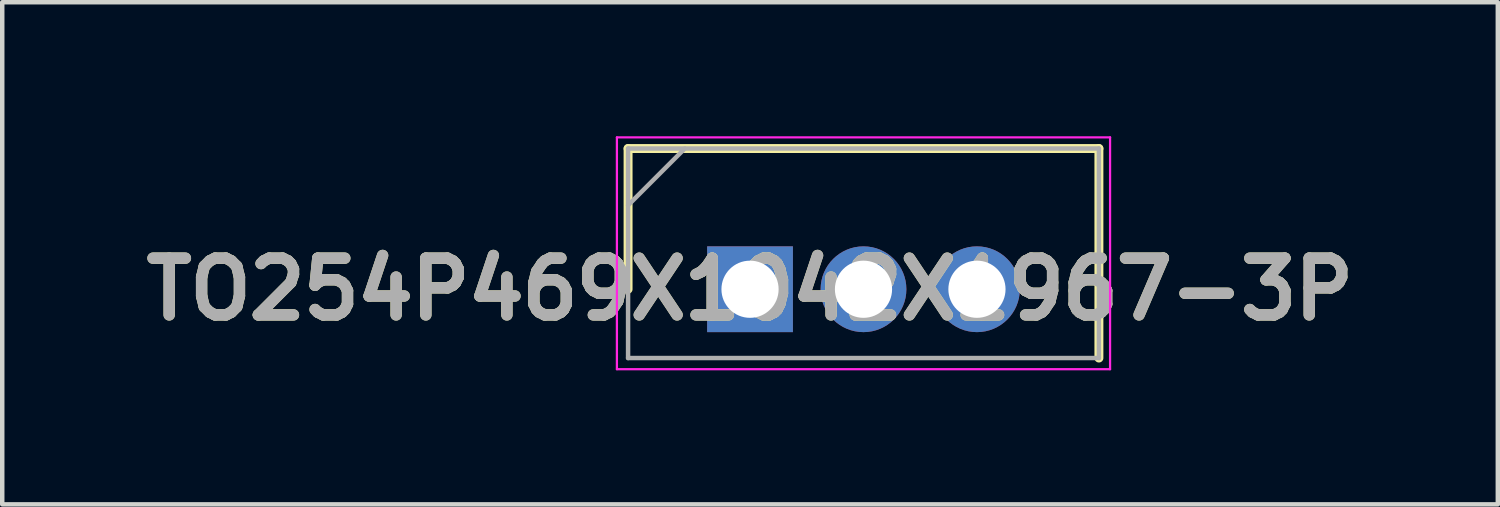
<source format=kicad_pcb>
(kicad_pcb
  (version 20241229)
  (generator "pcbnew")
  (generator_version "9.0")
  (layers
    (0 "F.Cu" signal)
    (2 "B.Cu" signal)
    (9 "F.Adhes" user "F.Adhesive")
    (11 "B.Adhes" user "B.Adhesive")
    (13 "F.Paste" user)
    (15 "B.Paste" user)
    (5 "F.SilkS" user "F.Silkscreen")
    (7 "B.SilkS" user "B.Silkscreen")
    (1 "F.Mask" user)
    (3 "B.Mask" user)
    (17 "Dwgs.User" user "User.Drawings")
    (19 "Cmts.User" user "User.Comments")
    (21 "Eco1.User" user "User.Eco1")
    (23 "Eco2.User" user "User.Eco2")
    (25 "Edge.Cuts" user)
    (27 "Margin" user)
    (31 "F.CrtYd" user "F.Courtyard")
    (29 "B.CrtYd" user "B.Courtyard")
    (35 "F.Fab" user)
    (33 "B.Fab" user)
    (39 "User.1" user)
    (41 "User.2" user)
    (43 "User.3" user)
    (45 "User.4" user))
  (footprint "TO254P469X1042X1967-3P"
    (layer "F.Cu")
    (at 13.74 3.425)
    (property "Reference" "TO254P469X1042X1967-3P" (at 0 0 0) (layer "F.SilkS") (effects (font (size 1.27 1.27) (thickness 0.254))))
    (attr through_hole)
    (fp_line (start -2.73 -3.15) (end -2.73 0) (stroke (width 0.2) (type solid)) (layer "F.SilkS"))
    (fp_line (start 7.81 -3.15) (end -2.73 -3.15) (stroke (width 0.2) (type solid)) (layer "F.SilkS"))
    (fp_line (start 7.81 1.54) (end 7.81 -3.15) (stroke (width 0.2) (type solid)) (layer "F.SilkS"))
    (fp_line (start -2.98 -3.4) (end 8.06 -3.4) (stroke (width 0.05) (type solid)) (layer "F.CrtYd"))
    (fp_line (start -2.98 1.79) (end -2.98 -3.4) (stroke (width 0.05) (type solid)) (layer "F.CrtYd"))
    (fp_line (start 8.06 -3.4) (end 8.06 1.79) (stroke (width 0.05) (type solid)) (layer "F.CrtYd"))
    (fp_line (start 8.06 1.79) (end -2.98 1.79) (stroke (width 0.05) (type solid)) (layer "F.CrtYd"))
    (fp_line (start -2.73 -3.15) (end 7.81 -3.15) (stroke (width 0.1) (type solid)) (layer "F.Fab"))
    (fp_line (start -2.73 -1.88) (end -1.46 -3.15) (stroke (width 0.1) (type solid)) (layer "F.Fab"))
    (fp_line (start -2.73 1.54) (end -2.73 -3.15) (stroke (width 0.1) (type solid)) (layer "F.Fab"))
    (fp_line (start 7.81 -3.15) (end 7.81 1.54) (stroke (width 0.1) (type solid)) (layer "F.Fab"))
    (fp_line (start 7.81 1.54) (end -2.73 1.54) (stroke (width 0.1) (type solid)) (layer "F.Fab"))
    (fp_text user "${REFERENCE}" (at 0 0 0) (layer "F.Fab") (effects (font (size 1.27 1.27) (thickness 0.254))))
    (pad "1" thru_hole rect (at 0 0) (size 1.92 1.92) (drill 1.28) (layers "*.Cu" "*.Mask"))
    (pad "2" thru_hole circle (at 2.54 0) (size 1.92 1.92) (drill 1.28) (layers "*.Cu" "*.Mask"))
    (pad "3" thru_hole circle (at 5.08 0) (size 1.92 1.92) (drill 1.28) (layers "*.Cu" "*.Mask")))
  (gr_rect
    (start -3 -3)
    (end 30.48 8.24)
    (stroke (width 0.1) (type default))
    (fill no)
    (layer "Edge.Cuts")))
</source>
